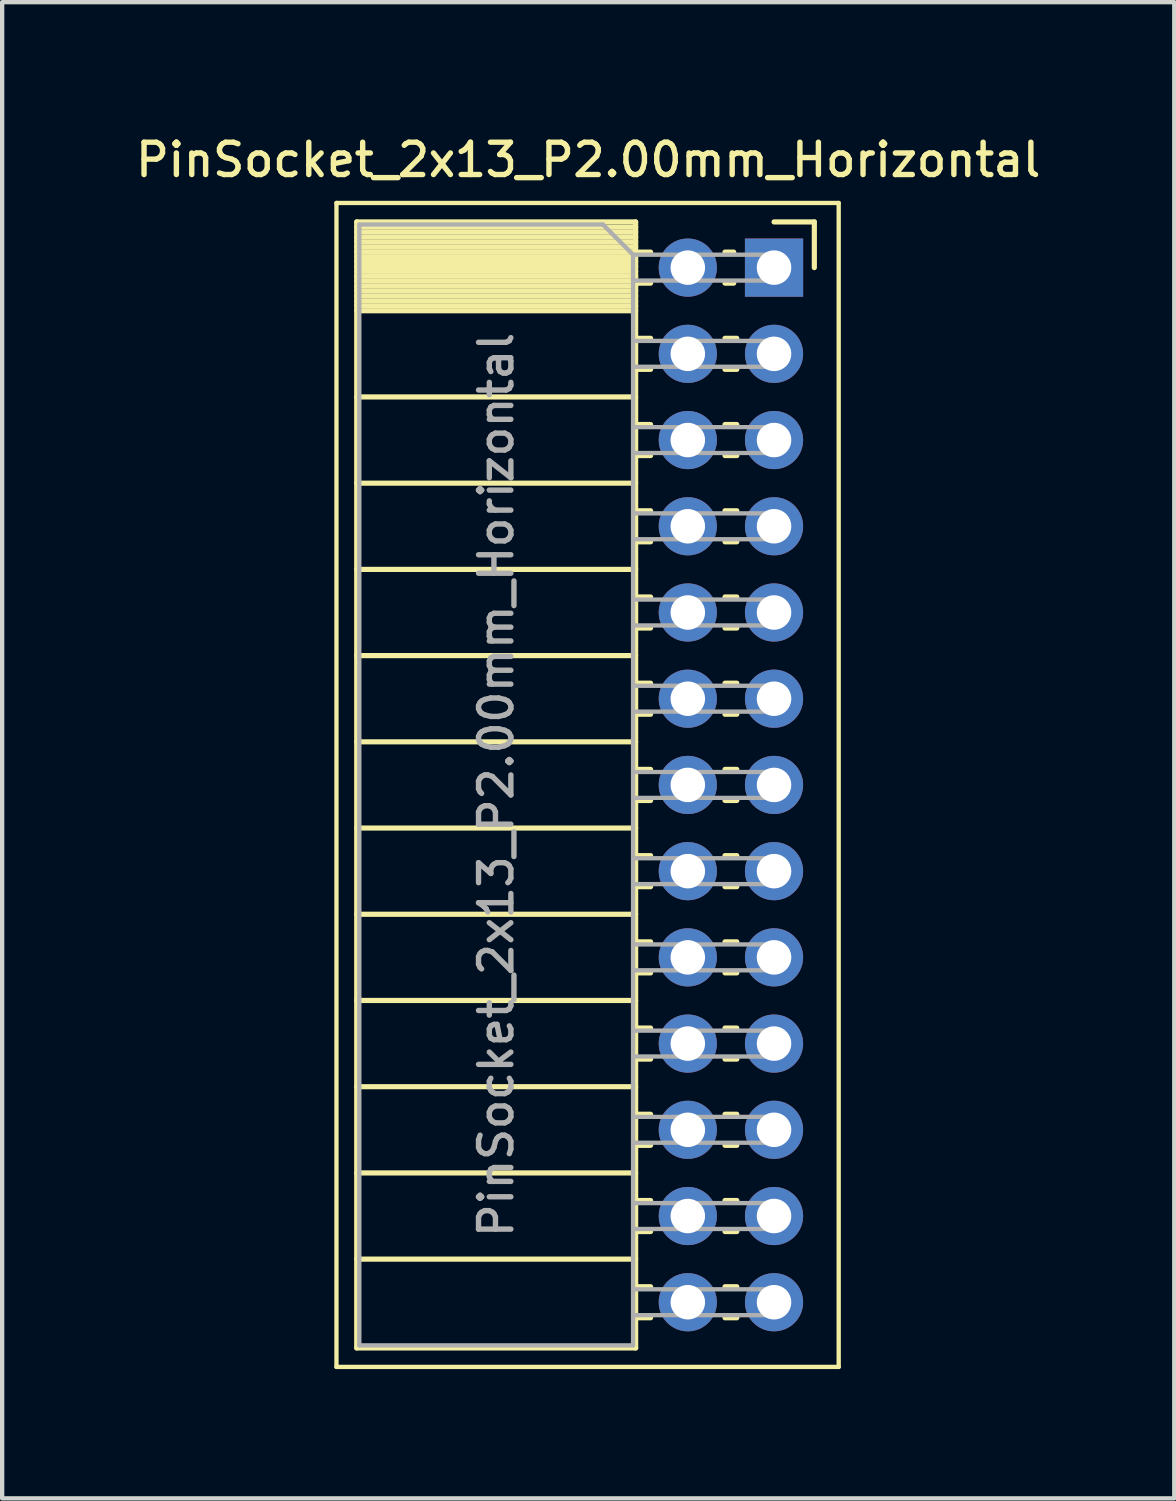
<source format=kicad_pcb>
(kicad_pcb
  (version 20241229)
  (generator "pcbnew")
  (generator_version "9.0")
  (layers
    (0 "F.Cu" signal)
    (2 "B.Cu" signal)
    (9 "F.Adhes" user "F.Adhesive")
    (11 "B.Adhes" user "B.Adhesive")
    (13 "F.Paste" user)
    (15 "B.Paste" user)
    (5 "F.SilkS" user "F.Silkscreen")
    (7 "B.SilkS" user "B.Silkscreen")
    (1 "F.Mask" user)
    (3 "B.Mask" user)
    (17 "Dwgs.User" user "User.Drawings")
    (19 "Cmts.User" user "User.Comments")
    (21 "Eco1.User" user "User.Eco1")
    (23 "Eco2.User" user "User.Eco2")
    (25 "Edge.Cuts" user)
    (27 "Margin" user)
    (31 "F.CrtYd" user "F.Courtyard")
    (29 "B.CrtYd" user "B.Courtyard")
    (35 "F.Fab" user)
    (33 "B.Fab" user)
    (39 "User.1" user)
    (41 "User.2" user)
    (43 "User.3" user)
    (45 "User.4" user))
  (footprint "PinSocket_2x13_P2.00mm_Horizontal"
    (layer "F.Cu")
    (at 14.905 3.158)
    (property "Reference" "PinSocket_2x13_P2.00mm_Horizontal" (at -4.31 -2.5 0) (layer "F.SilkS") (effects (font (size 0.75 0.75) (thickness 0.125))))
    (attr through_hole)
    (fp_line (start -10.15 -1.5) (end -10.15 25.5) (stroke (width 0.1) (type solid)) (layer "F.SilkS"))
    (fp_line (start -10.15 25.5) (end 1.5 25.5) (stroke (width 0.1) (type solid)) (layer "F.SilkS"))
    (fp_line (start -9.68 -1.06) (end -9.68 25.06) (stroke (width 0.12) (type solid)) (layer "F.SilkS"))
    (fp_line (start -9.68 -1.06) (end -3.21 -1.06) (stroke (width 0.12) (type solid)) (layer "F.SilkS"))
    (fp_line (start -9.68 -0.94) (end -3.21 -0.94) (stroke (width 0.12) (type solid)) (layer "F.SilkS"))
    (fp_line (start -9.68 -0.826) (end -3.21 -0.826) (stroke (width 0.12) (type solid)) (layer "F.SilkS"))
    (fp_line (start -9.68 -0.712) (end -3.21 -0.712) (stroke (width 0.12) (type solid)) (layer "F.SilkS"))
    (fp_line (start -9.68 -0.598) (end -3.21 -0.598) (stroke (width 0.12) (type solid)) (layer "F.SilkS"))
    (fp_line (start -9.68 -0.484) (end -3.21 -0.484) (stroke (width 0.12) (type solid)) (layer "F.SilkS"))
    (fp_line (start -9.68 -0.369) (end -3.21 -0.369) (stroke (width 0.12) (type solid)) (layer "F.SilkS"))
    (fp_line (start -9.68 -0.255) (end -3.21 -0.255) (stroke (width 0.12) (type solid)) (layer "F.SilkS"))
    (fp_line (start -9.68 -0.141) (end -3.21 -0.141) (stroke (width 0.12) (type solid)) (layer "F.SilkS"))
    (fp_line (start -9.68 -0.027) (end -3.21 -0.027) (stroke (width 0.12) (type solid)) (layer "F.SilkS"))
    (fp_line (start -9.68 0.087) (end -3.21 0.087) (stroke (width 0.12) (type solid)) (layer "F.SilkS"))
    (fp_line (start -9.68 0.201) (end -3.21 0.201) (stroke (width 0.12) (type solid)) (layer "F.SilkS"))
    (fp_line (start -9.68 0.315) (end -3.21 0.315) (stroke (width 0.12) (type solid)) (layer "F.SilkS"))
    (fp_line (start -9.68 0.429) (end -3.21 0.429) (stroke (width 0.12) (type solid)) (layer "F.SilkS"))
    (fp_line (start -9.68 0.544) (end -3.21 0.544) (stroke (width 0.12) (type solid)) (layer "F.SilkS"))
    (fp_line (start -9.68 0.658) (end -3.21 0.658) (stroke (width 0.12) (type solid)) (layer "F.SilkS"))
    (fp_line (start -9.68 0.772) (end -3.21 0.772) (stroke (width 0.12) (type solid)) (layer "F.SilkS"))
    (fp_line (start -9.68 0.886) (end -3.21 0.886) (stroke (width 0.12) (type solid)) (layer "F.SilkS"))
    (fp_line (start -9.68 1) (end -3.21 1) (stroke (width 0.12) (type solid)) (layer "F.SilkS"))
    (fp_line (start -9.68 3) (end -3.21 3) (stroke (width 0.12) (type solid)) (layer "F.SilkS"))
    (fp_line (start -9.68 5) (end -3.21 5) (stroke (width 0.12) (type solid)) (layer "F.SilkS"))
    (fp_line (start -9.68 7) (end -3.21 7) (stroke (width 0.12) (type solid)) (layer "F.SilkS"))
    (fp_line (start -9.68 9) (end -3.21 9) (stroke (width 0.12) (type solid)) (layer "F.SilkS"))
    (fp_line (start -9.68 11) (end -3.21 11) (stroke (width 0.12) (type solid)) (layer "F.SilkS"))
    (fp_line (start -9.68 13) (end -3.21 13) (stroke (width 0.12) (type solid)) (layer "F.SilkS"))
    (fp_line (start -9.68 15) (end -3.21 15) (stroke (width 0.12) (type solid)) (layer "F.SilkS"))
    (fp_line (start -9.68 17) (end -3.21 17) (stroke (width 0.12) (type solid)) (layer "F.SilkS"))
    (fp_line (start -9.68 19) (end -3.21 19) (stroke (width 0.12) (type solid)) (layer "F.SilkS"))
    (fp_line (start -9.68 21) (end -3.21 21) (stroke (width 0.12) (type solid)) (layer "F.SilkS"))
    (fp_line (start -9.68 23) (end -3.21 23) (stroke (width 0.12) (type solid)) (layer "F.SilkS"))
    (fp_line (start -9.68 25.06) (end -3.21 25.06) (stroke (width 0.12) (type solid)) (layer "F.SilkS"))
    (fp_line (start -3.21 -1.06) (end -3.21 25.06) (stroke (width 0.12) (type solid)) (layer "F.SilkS"))
    (fp_line (start -3.21 -0.36) (end -2.863 -0.36) (stroke (width 0.12) (type solid)) (layer "F.SilkS"))
    (fp_line (start -3.21 0.36) (end -2.863 0.36) (stroke (width 0.12) (type solid)) (layer "F.SilkS"))
    (fp_line (start -3.21 1.64) (end -2.863 1.64) (stroke (width 0.12) (type solid)) (layer "F.SilkS"))
    (fp_line (start -3.21 2.36) (end -2.863 2.36) (stroke (width 0.12) (type solid)) (layer "F.SilkS"))
    (fp_line (start -3.21 3.64) (end -2.863 3.64) (stroke (width 0.12) (type solid)) (layer "F.SilkS"))
    (fp_line (start -3.21 4.36) (end -2.863 4.36) (stroke (width 0.12) (type solid)) (layer "F.SilkS"))
    (fp_line (start -3.21 5.64) (end -2.863 5.64) (stroke (width 0.12) (type solid)) (layer "F.SilkS"))
    (fp_line (start -3.21 6.36) (end -2.863 6.36) (stroke (width 0.12) (type solid)) (layer "F.SilkS"))
    (fp_line (start -3.21 7.64) (end -2.863 7.64) (stroke (width 0.12) (type solid)) (layer "F.SilkS"))
    (fp_line (start -3.21 8.36) (end -2.863 8.36) (stroke (width 0.12) (type solid)) (layer "F.SilkS"))
    (fp_line (start -3.21 9.64) (end -2.863 9.64) (stroke (width 0.12) (type solid)) (layer "F.SilkS"))
    (fp_line (start -3.21 10.36) (end -2.863 10.36) (stroke (width 0.12) (type solid)) (layer "F.SilkS"))
    (fp_line (start -3.21 11.64) (end -2.863 11.64) (stroke (width 0.12) (type solid)) (layer "F.SilkS"))
    (fp_line (start -3.21 12.36) (end -2.863 12.36) (stroke (width 0.12) (type solid)) (layer "F.SilkS"))
    (fp_line (start -3.21 13.64) (end -2.863 13.64) (stroke (width 0.12) (type solid)) (layer "F.SilkS"))
    (fp_line (start -3.21 14.36) (end -2.863 14.36) (stroke (width 0.12) (type solid)) (layer "F.SilkS"))
    (fp_line (start -3.21 15.64) (end -2.863 15.64) (stroke (width 0.12) (type solid)) (layer "F.SilkS"))
    (fp_line (start -3.21 16.36) (end -2.863 16.36) (stroke (width 0.12) (type solid)) (layer "F.SilkS"))
    (fp_line (start -3.21 17.64) (end -2.863 17.64) (stroke (width 0.12) (type solid)) (layer "F.SilkS"))
    (fp_line (start -3.21 18.36) (end -2.863 18.36) (stroke (width 0.12) (type solid)) (layer "F.SilkS"))
    (fp_line (start -3.21 19.64) (end -2.863 19.64) (stroke (width 0.12) (type solid)) (layer "F.SilkS"))
    (fp_line (start -3.21 20.36) (end -2.863 20.36) (stroke (width 0.12) (type solid)) (layer "F.SilkS"))
    (fp_line (start -3.21 21.64) (end -2.863 21.64) (stroke (width 0.12) (type solid)) (layer "F.SilkS"))
    (fp_line (start -3.21 22.36) (end -2.863 22.36) (stroke (width 0.12) (type solid)) (layer "F.SilkS"))
    (fp_line (start -3.21 23.64) (end -2.863 23.64) (stroke (width 0.12) (type solid)) (layer "F.SilkS"))
    (fp_line (start -3.21 24.36) (end -2.863 24.36) (stroke (width 0.12) (type solid)) (layer "F.SilkS"))
    (fp_line (start -1.137 -0.36) (end -0.935 -0.36) (stroke (width 0.12) (type solid)) (layer "F.SilkS"))
    (fp_line (start -1.137 0.36) (end -0.935 0.36) (stroke (width 0.12) (type solid)) (layer "F.SilkS"))
    (fp_line (start -1.137 1.64) (end -0.863 1.64) (stroke (width 0.12) (type solid)) (layer "F.SilkS"))
    (fp_line (start -1.137 2.36) (end -0.863 2.36) (stroke (width 0.12) (type solid)) (layer "F.SilkS"))
    (fp_line (start -1.137 3.64) (end -0.863 3.64) (stroke (width 0.12) (type solid)) (layer "F.SilkS"))
    (fp_line (start -1.137 4.36) (end -0.863 4.36) (stroke (width 0.12) (type solid)) (layer "F.SilkS"))
    (fp_line (start -1.137 5.64) (end -0.863 5.64) (stroke (width 0.12) (type solid)) (layer "F.SilkS"))
    (fp_line (start -1.137 6.36) (end -0.863 6.36) (stroke (width 0.12) (type solid)) (layer "F.SilkS"))
    (fp_line (start -1.137 7.64) (end -0.863 7.64) (stroke (width 0.12) (type solid)) (layer "F.SilkS"))
    (fp_line (start -1.137 8.36) (end -0.863 8.36) (stroke (width 0.12) (type solid)) (layer "F.SilkS"))
    (fp_line (start -1.137 9.64) (end -0.863 9.64) (stroke (width 0.12) (type solid)) (layer "F.SilkS"))
    (fp_line (start -1.137 10.36) (end -0.863 10.36) (stroke (width 0.12) (type solid)) (layer "F.SilkS"))
    (fp_line (start -1.137 11.64) (end -0.863 11.64) (stroke (width 0.12) (type solid)) (layer "F.SilkS"))
    (fp_line (start -1.137 12.36) (end -0.863 12.36) (stroke (width 0.12) (type solid)) (layer "F.SilkS"))
    (fp_line (start -1.137 13.64) (end -0.863 13.64) (stroke (width 0.12) (type solid)) (layer "F.SilkS"))
    (fp_line (start -1.137 14.36) (end -0.863 14.36) (stroke (width 0.12) (type solid)) (layer "F.SilkS"))
    (fp_line (start -1.137 15.64) (end -0.863 15.64) (stroke (width 0.12) (type solid)) (layer "F.SilkS"))
    (fp_line (start -1.137 16.36) (end -0.863 16.36) (stroke (width 0.12) (type solid)) (layer "F.SilkS"))
    (fp_line (start -1.137 17.64) (end -0.863 17.64) (stroke (width 0.12) (type solid)) (layer "F.SilkS"))
    (fp_line (start -1.137 18.36) (end -0.863 18.36) (stroke (width 0.12) (type solid)) (layer "F.SilkS"))
    (fp_line (start -1.137 19.64) (end -0.863 19.64) (stroke (width 0.12) (type solid)) (layer "F.SilkS"))
    (fp_line (start -1.137 20.36) (end -0.863 20.36) (stroke (width 0.12) (type solid)) (layer "F.SilkS"))
    (fp_line (start -1.137 21.64) (end -0.863 21.64) (stroke (width 0.12) (type solid)) (layer "F.SilkS"))
    (fp_line (start -1.137 22.36) (end -0.863 22.36) (stroke (width 0.12) (type solid)) (layer "F.SilkS"))
    (fp_line (start -1.137 23.64) (end -0.863 23.64) (stroke (width 0.12) (type solid)) (layer "F.SilkS"))
    (fp_line (start -1.137 24.36) (end -0.863 24.36) (stroke (width 0.12) (type solid)) (layer "F.SilkS"))
    (fp_line (start 0 -1.06) (end 0.935 -1.06) (stroke (width 0.12) (type solid)) (layer "F.SilkS"))
    (fp_line (start 0.935 -1.06) (end 0.935 0) (stroke (width 0.12) (type solid)) (layer "F.SilkS"))
    (fp_line (start 1.5 -1.5) (end -10.15 -1.5) (stroke (width 0.1) (type solid)) (layer "F.SilkS"))
    (fp_line (start 1.5 25.5) (end 1.5 -1.5) (stroke (width 0.1) (type solid)) (layer "F.SilkS"))
    (fp_line (start -9.62 -1) (end -3.97 -1) (stroke (width 0.1) (type solid)) (layer "F.Fab"))
    (fp_line (start -9.62 25) (end -9.62 -1) (stroke (width 0.1) (type solid)) (layer "F.Fab"))
    (fp_line (start -3.97 -1) (end -3.27 -0.3) (stroke (width 0.1) (type solid)) (layer "F.Fab"))
    (fp_line (start -3.27 -0.3) (end -3.27 25) (stroke (width 0.1) (type solid)) (layer "F.Fab"))
    (fp_line (start -3.27 0.3) (end 0 0.3) (stroke (width 0.1) (type solid)) (layer "F.Fab"))
    (fp_line (start -3.27 2.3) (end 0 2.3) (stroke (width 0.1) (type solid)) (layer "F.Fab"))
    (fp_line (start -3.27 4.3) (end 0 4.3) (stroke (width 0.1) (type solid)) (layer "F.Fab"))
    (fp_line (start -3.27 6.3) (end 0 6.3) (stroke (width 0.1) (type solid)) (layer "F.Fab"))
    (fp_line (start -3.27 8.3) (end 0 8.3) (stroke (width 0.1) (type solid)) (layer "F.Fab"))
    (fp_line (start -3.27 10.3) (end 0 10.3) (stroke (width 0.1) (type solid)) (layer "F.Fab"))
    (fp_line (start -3.27 12.3) (end 0 12.3) (stroke (width 0.1) (type solid)) (layer "F.Fab"))
    (fp_line (start -3.27 14.3) (end 0 14.3) (stroke (width 0.1) (type solid)) (layer "F.Fab"))
    (fp_line (start -3.27 16.3) (end 0 16.3) (stroke (width 0.1) (type solid)) (layer "F.Fab"))
    (fp_line (start -3.27 18.3) (end 0 18.3) (stroke (width 0.1) (type solid)) (layer "F.Fab"))
    (fp_line (start -3.27 20.3) (end 0 20.3) (stroke (width 0.1) (type solid)) (layer "F.Fab"))
    (fp_line (start -3.27 22.3) (end 0 22.3) (stroke (width 0.1) (type solid)) (layer "F.Fab"))
    (fp_line (start -3.27 24.3) (end 0 24.3) (stroke (width 0.1) (type solid)) (layer "F.Fab"))
    (fp_line (start -3.27 25) (end -9.62 25) (stroke (width 0.1) (type solid)) (layer "F.Fab"))
    (fp_line (start 0 -0.3) (end -3.27 -0.3) (stroke (width 0.1) (type solid)) (layer "F.Fab"))
    (fp_line (start 0 0.3) (end 0 -0.3) (stroke (width 0.1) (type solid)) (layer "F.Fab"))
    (fp_line (start 0 1.7) (end -3.27 1.7) (stroke (width 0.1) (type solid)) (layer "F.Fab"))
    (fp_line (start 0 2.3) (end 0 1.7) (stroke (width 0.1) (type solid)) (layer "F.Fab"))
    (fp_line (start 0 3.7) (end -3.27 3.7) (stroke (width 0.1) (type solid)) (layer "F.Fab"))
    (fp_line (start 0 4.3) (end 0 3.7) (stroke (width 0.1) (type solid)) (layer "F.Fab"))
    (fp_line (start 0 5.7) (end -3.27 5.7) (stroke (width 0.1) (type solid)) (layer "F.Fab"))
    (fp_line (start 0 6.3) (end 0 5.7) (stroke (width 0.1) (type solid)) (layer "F.Fab"))
    (fp_line (start 0 7.7) (end -3.27 7.7) (stroke (width 0.1) (type solid)) (layer "F.Fab"))
    (fp_line (start 0 8.3) (end 0 7.7) (stroke (width 0.1) (type solid)) (layer "F.Fab"))
    (fp_line (start 0 9.7) (end -3.27 9.7) (stroke (width 0.1) (type solid)) (layer "F.Fab"))
    (fp_line (start 0 10.3) (end 0 9.7) (stroke (width 0.1) (type solid)) (layer "F.Fab"))
    (fp_line (start 0 11.7) (end -3.27 11.7) (stroke (width 0.1) (type solid)) (layer "F.Fab"))
    (fp_line (start 0 12.3) (end 0 11.7) (stroke (width 0.1) (type solid)) (layer "F.Fab"))
    (fp_line (start 0 13.7) (end -3.27 13.7) (stroke (width 0.1) (type solid)) (layer "F.Fab"))
    (fp_line (start 0 14.3) (end 0 13.7) (stroke (width 0.1) (type solid)) (layer "F.Fab"))
    (fp_line (start 0 15.7) (end -3.27 15.7) (stroke (width 0.1) (type solid)) (layer "F.Fab"))
    (fp_line (start 0 16.3) (end 0 15.7) (stroke (width 0.1) (type solid)) (layer "F.Fab"))
    (fp_line (start 0 17.7) (end -3.27 17.7) (stroke (width 0.1) (type solid)) (layer "F.Fab"))
    (fp_line (start 0 18.3) (end 0 17.7) (stroke (width 0.1) (type solid)) (layer "F.Fab"))
    (fp_line (start 0 19.7) (end -3.27 19.7) (stroke (width 0.1) (type solid)) (layer "F.Fab"))
    (fp_line (start 0 20.3) (end 0 19.7) (stroke (width 0.1) (type solid)) (layer "F.Fab"))
    (fp_line (start 0 21.7) (end -3.27 21.7) (stroke (width 0.1) (type solid)) (layer "F.Fab"))
    (fp_line (start 0 22.3) (end 0 21.7) (stroke (width 0.1) (type solid)) (layer "F.Fab"))
    (fp_line (start 0 23.7) (end -3.27 23.7) (stroke (width 0.1) (type solid)) (layer "F.Fab"))
    (fp_line (start 0 24.3) (end 0 23.7) (stroke (width 0.1) (type solid)) (layer "F.Fab"))
    (fp_text user "${REFERENCE}" (at -6.445 12 90) (layer "F.Fab") (effects (font (size 0.75 0.75) (thickness 0.125))))
    (pad "1" thru_hole rect (at 0 0) (size 1.35 1.35) (drill 0.8) (layers "*.Cu" "*.Mask"))
    (pad "2" thru_hole oval (at -2 0) (size 1.35 1.35) (drill 0.8) (layers "*.Cu" "*.Mask"))
    (pad "3" thru_hole oval (at 0 2) (size 1.35 1.35) (drill 0.8) (layers "*.Cu" "*.Mask"))
    (pad "4" thru_hole oval (at -2 2) (size 1.35 1.35) (drill 0.8) (layers "*.Cu" "*.Mask"))
    (pad "5" thru_hole oval (at 0 4) (size 1.35 1.35) (drill 0.8) (layers "*.Cu" "*.Mask"))
    (pad "6" thru_hole oval (at -2 4) (size 1.35 1.35) (drill 0.8) (layers "*.Cu" "*.Mask"))
    (pad "7" thru_hole oval (at 0 6) (size 1.35 1.35) (drill 0.8) (layers "*.Cu" "*.Mask"))
    (pad "8" thru_hole oval (at -2 6) (size 1.35 1.35) (drill 0.8) (layers "*.Cu" "*.Mask"))
    (pad "9" thru_hole oval (at 0 8) (size 1.35 1.35) (drill 0.8) (layers "*.Cu" "*.Mask"))
    (pad "10" thru_hole oval (at -2 8) (size 1.35 1.35) (drill 0.8) (layers "*.Cu" "*.Mask"))
    (pad "11" thru_hole oval (at 0 10) (size 1.35 1.35) (drill 0.8) (layers "*.Cu" "*.Mask"))
    (pad "12" thru_hole oval (at -2 10) (size 1.35 1.35) (drill 0.8) (layers "*.Cu" "*.Mask"))
    (pad "13" thru_hole oval (at 0 12) (size 1.35 1.35) (drill 0.8) (layers "*.Cu" "*.Mask"))
    (pad "14" thru_hole oval (at -2 12) (size 1.35 1.35) (drill 0.8) (layers "*.Cu" "*.Mask"))
    (pad "15" thru_hole oval (at 0 14) (size 1.35 1.35) (drill 0.8) (layers "*.Cu" "*.Mask"))
    (pad "16" thru_hole oval (at -2 14) (size 1.35 1.35) (drill 0.8) (layers "*.Cu" "*.Mask"))
    (pad "17" thru_hole oval (at 0 16) (size 1.35 1.35) (drill 0.8) (layers "*.Cu" "*.Mask"))
    (pad "18" thru_hole oval (at -2 16) (size 1.35 1.35) (drill 0.8) (layers "*.Cu" "*.Mask"))
    (pad "19" thru_hole oval (at 0 18) (size 1.35 1.35) (drill 0.8) (layers "*.Cu" "*.Mask"))
    (pad "20" thru_hole oval (at -2 18) (size 1.35 1.35) (drill 0.8) (layers "*.Cu" "*.Mask"))
    (pad "21" thru_hole oval (at 0 20) (size 1.35 1.35) (drill 0.8) (layers "*.Cu" "*.Mask"))
    (pad "22" thru_hole oval (at -2 20) (size 1.35 1.35) (drill 0.8) (layers "*.Cu" "*.Mask"))
    (pad "23" thru_hole oval (at 0 22) (size 1.35 1.35) (drill 0.8) (layers "*.Cu" "*.Mask"))
    (pad "24" thru_hole oval (at -2 22) (size 1.35 1.35) (drill 0.8) (layers "*.Cu" "*.Mask"))
    (pad "25" thru_hole oval (at 0 24) (size 1.35 1.35) (drill 0.8) (layers "*.Cu" "*.Mask"))
    (pad "26" thru_hole oval (at -2 24) (size 1.35 1.35) (drill 0.8) (layers "*.Cu" "*.Mask")))
  (gr_rect
    (start -3 -3)
    (end 24.189 31.708)
    (stroke (width 0.1) (type default))
    (fill no)
    (layer "Edge.Cuts")))
</source>
